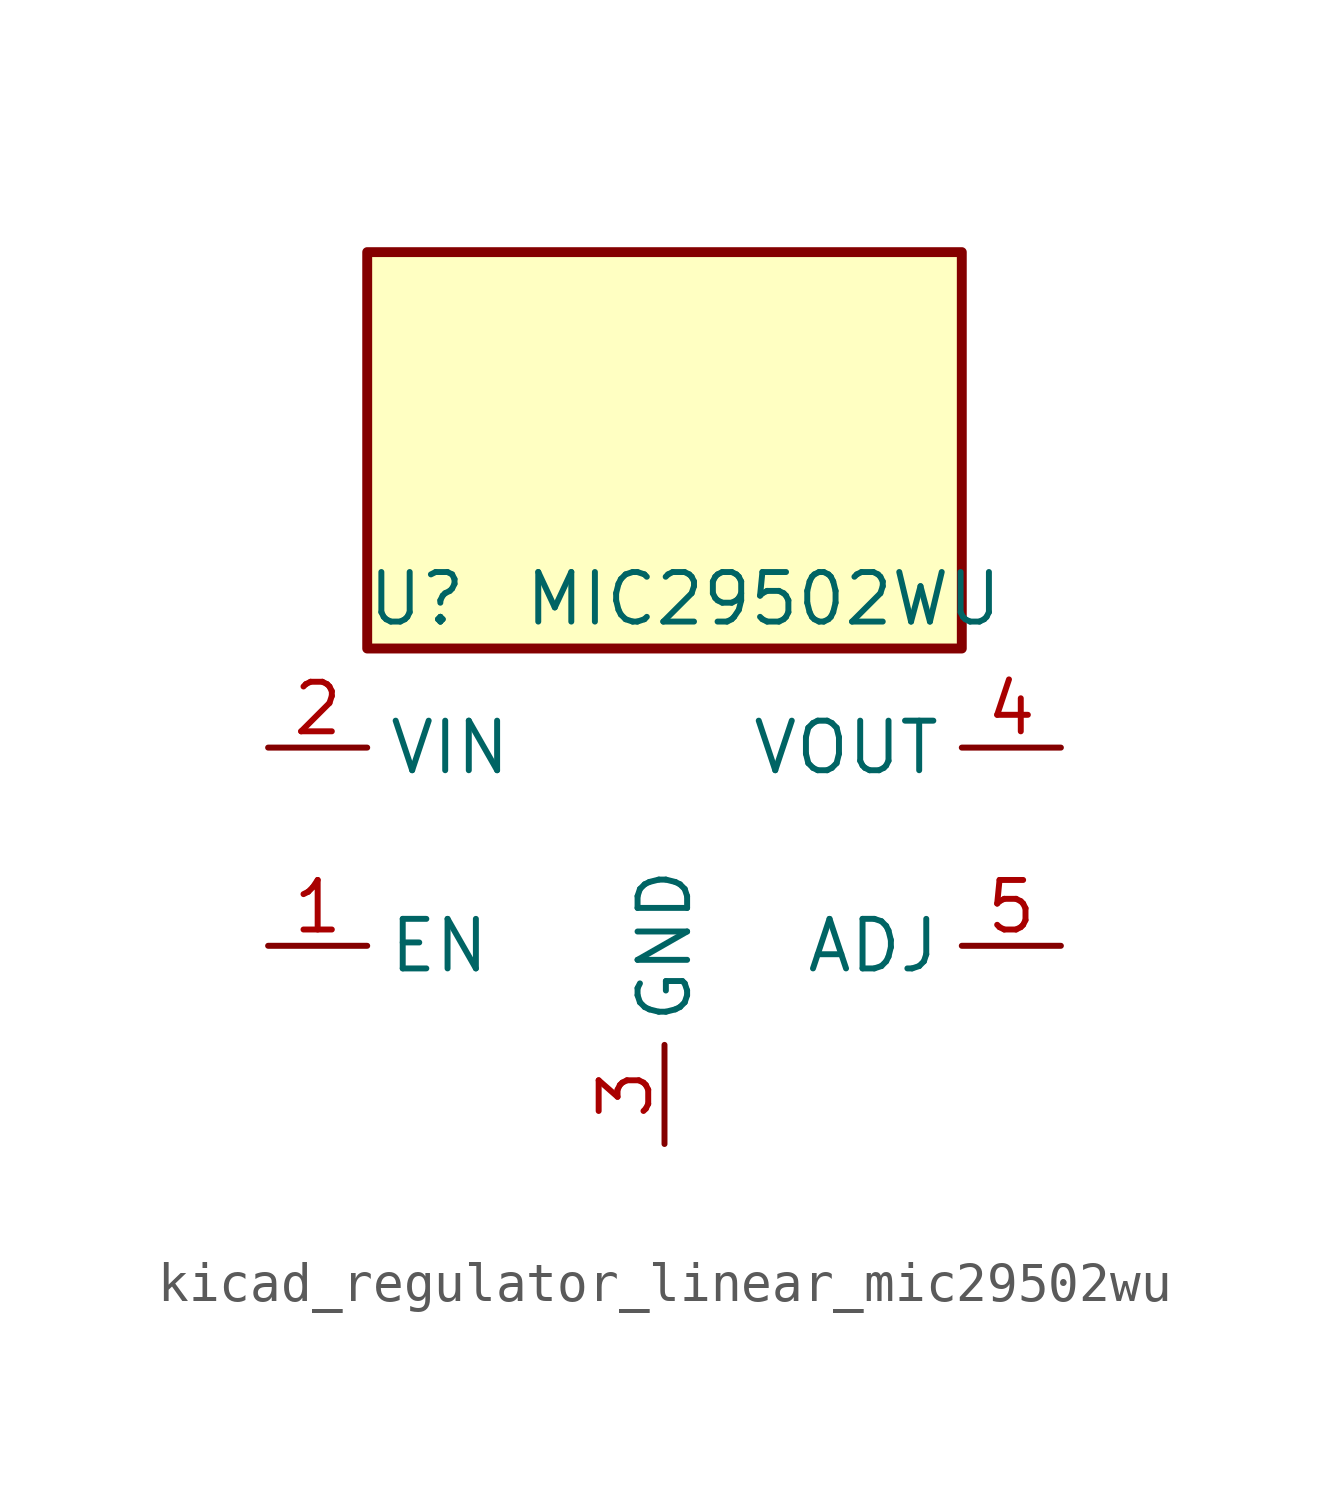
<source format=kicad_sym>
(kicad_symbol_lib
  (version 20220914)
  (generator kicad_symbol_editor)
  (symbol "kicad_regulator_linear_mic29502wu"
    (property "Reference" "U"
      (at -6.35 6.35 0)
      (effects (font (size 1.27 1.27))))
    (property "Value" "MIC29502WU"
      (at 2.54 6.35 0)
      (effects (font (size 1.27 1.27))))
    (symbol "kicad_regulator_linear_mic29502wu_1_1"
      (rectangle (start 7.62 15.24) (end -7.62 5.08) (stroke (width 0.254) (type default)) (fill (type background)))
      (pin input line (at -10.16 -2.54 0) (length 2.54) (name "EN" (effects (font (size 1.27 1.27)))) (number "1" (effects (font (size 1.27 1.27)))))
      (pin power_in line (at -10.16 2.54 0) (length 2.54) (name "VIN" (effects (font (size 1.27 1.27)))) (number "2" (effects (font (size 1.27 1.27)))))
      (pin power_in line (at 0 -7.62 90) (length 2.54) (name "GND" (effects (font (size 1.27 1.27)))) (number "3" (effects (font (size 1.27 1.27)))))
      (pin power_out line (at 10.16 2.54 180) (length 2.54) (name "VOUT" (effects (font (size 1.27 1.27)))) (number "4" (effects (font (size 1.27 1.27)))))
      (pin input line (at 10.16 -2.54 180) (length 2.54) (name "ADJ" (effects (font (size 1.27 1.27)))) (number "5" (effects (font (size 1.27 1.27))))))))
</source>
